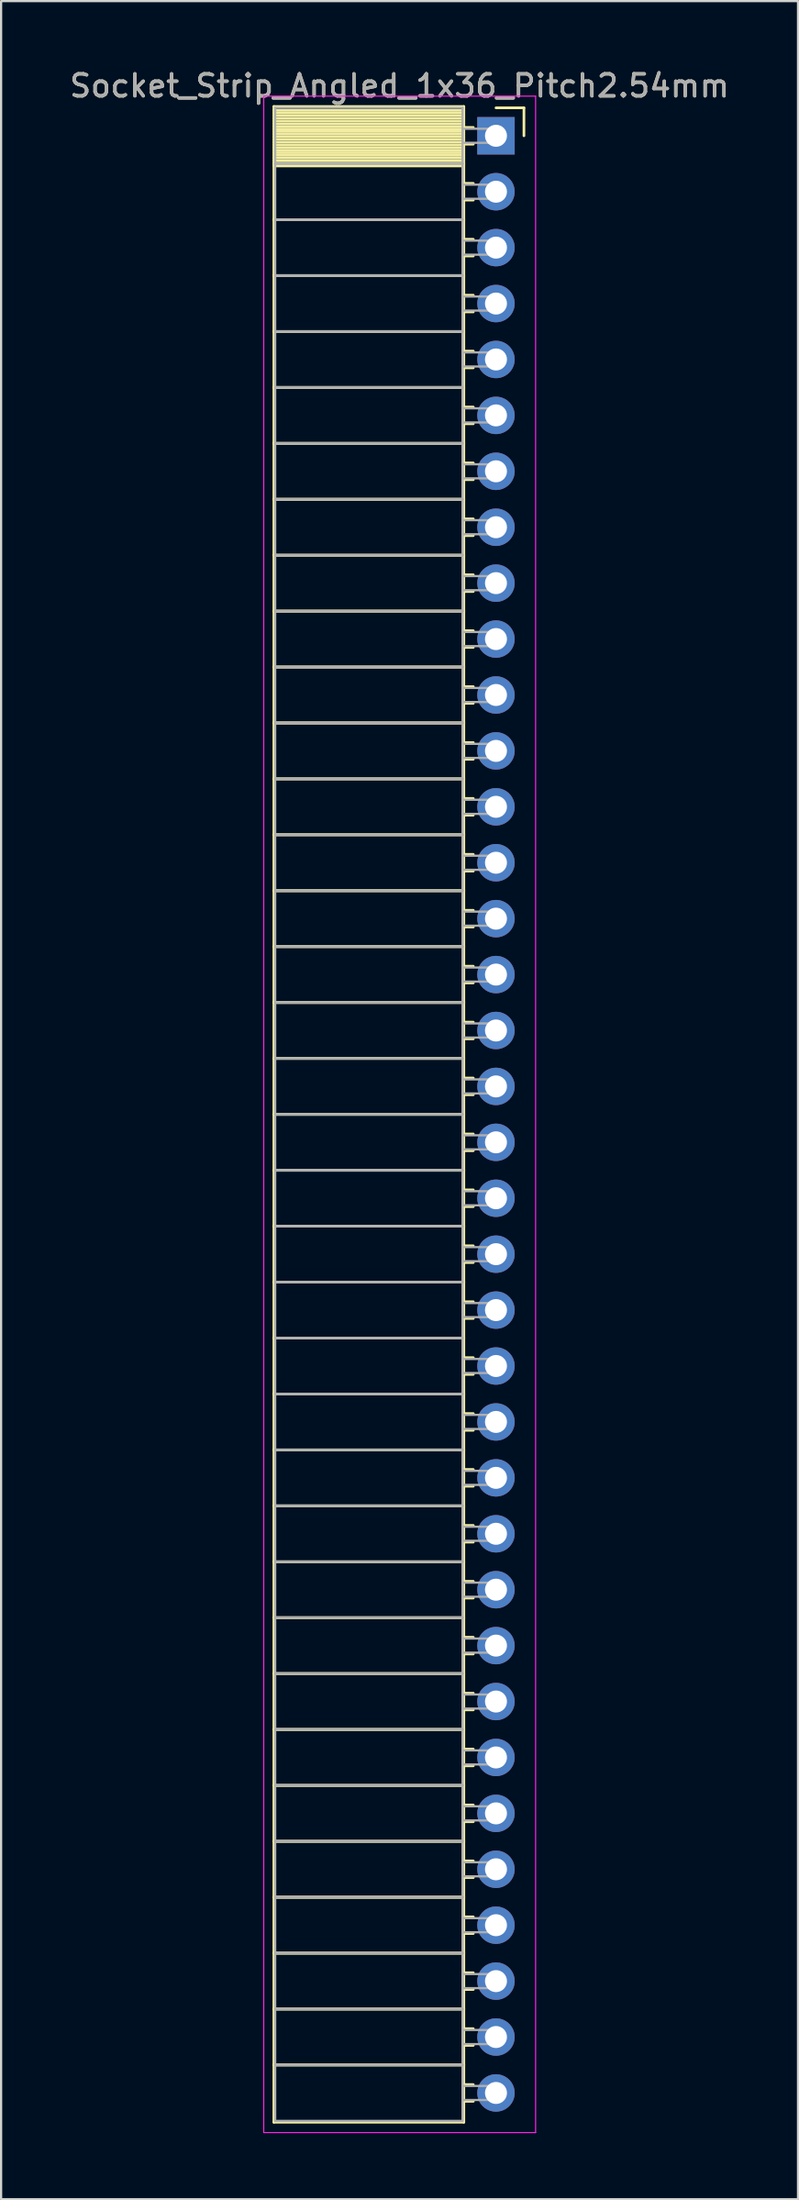
<source format=kicad_pcb>
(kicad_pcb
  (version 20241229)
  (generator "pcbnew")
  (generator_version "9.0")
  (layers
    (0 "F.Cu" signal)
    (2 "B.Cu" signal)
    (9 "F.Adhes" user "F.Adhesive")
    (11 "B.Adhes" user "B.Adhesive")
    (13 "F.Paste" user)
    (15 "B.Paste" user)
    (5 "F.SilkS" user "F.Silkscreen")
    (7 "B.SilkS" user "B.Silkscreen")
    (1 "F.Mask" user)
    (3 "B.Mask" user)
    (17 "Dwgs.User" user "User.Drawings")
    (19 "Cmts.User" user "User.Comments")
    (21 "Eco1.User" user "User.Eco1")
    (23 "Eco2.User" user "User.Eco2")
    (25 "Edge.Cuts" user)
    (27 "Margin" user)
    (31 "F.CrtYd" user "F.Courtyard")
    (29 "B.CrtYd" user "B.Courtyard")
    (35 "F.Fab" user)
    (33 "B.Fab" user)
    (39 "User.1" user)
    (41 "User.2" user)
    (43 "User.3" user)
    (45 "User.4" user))
  (footprint "Socket_Strip_Angled_1x36_Pitch2.54mm"
    (layer "F.Cu")
    (at 19.481 3.118)
    (property "Reference" "Socket_Strip_Angled_1x36_Pitch2.54mm" (at -4.38 -2.27 0) (layer "F.SilkS") (effects (font (size 1 1) (thickness 0.15))))
    (attr through_hole)
    (fp_line (start -10.09 -1.33) (end -1.46 -1.33) (stroke (width 0.12) (type solid)) (layer "F.SilkS"))
    (fp_line (start -10.09 1.27) (end -10.09 -1.33) (stroke (width 0.12) (type solid)) (layer "F.SilkS"))
    (fp_line (start -10.09 1.27) (end -1.46 1.27) (stroke (width 0.12) (type solid)) (layer "F.SilkS"))
    (fp_line (start -10.09 3.81) (end -10.09 1.27) (stroke (width 0.12) (type solid)) (layer "F.SilkS"))
    (fp_line (start -10.09 3.81) (end -1.46 3.81) (stroke (width 0.12) (type solid)) (layer "F.SilkS"))
    (fp_line (start -10.09 6.35) (end -10.09 3.81) (stroke (width 0.12) (type solid)) (layer "F.SilkS"))
    (fp_line (start -10.09 6.35) (end -1.46 6.35) (stroke (width 0.12) (type solid)) (layer "F.SilkS"))
    (fp_line (start -10.09 8.89) (end -10.09 6.35) (stroke (width 0.12) (type solid)) (layer "F.SilkS"))
    (fp_line (start -10.09 8.89) (end -1.46 8.89) (stroke (width 0.12) (type solid)) (layer "F.SilkS"))
    (fp_line (start -10.09 11.43) (end -10.09 8.89) (stroke (width 0.12) (type solid)) (layer "F.SilkS"))
    (fp_line (start -10.09 11.43) (end -1.46 11.43) (stroke (width 0.12) (type solid)) (layer "F.SilkS"))
    (fp_line (start -10.09 13.97) (end -10.09 11.43) (stroke (width 0.12) (type solid)) (layer "F.SilkS"))
    (fp_line (start -10.09 13.97) (end -1.46 13.97) (stroke (width 0.12) (type solid)) (layer "F.SilkS"))
    (fp_line (start -10.09 16.51) (end -10.09 13.97) (stroke (width 0.12) (type solid)) (layer "F.SilkS"))
    (fp_line (start -10.09 16.51) (end -1.46 16.51) (stroke (width 0.12) (type solid)) (layer "F.SilkS"))
    (fp_line (start -10.09 19.05) (end -10.09 16.51) (stroke (width 0.12) (type solid)) (layer "F.SilkS"))
    (fp_line (start -10.09 19.05) (end -1.46 19.05) (stroke (width 0.12) (type solid)) (layer "F.SilkS"))
    (fp_line (start -10.09 21.59) (end -10.09 19.05) (stroke (width 0.12) (type solid)) (layer "F.SilkS"))
    (fp_line (start -10.09 21.59) (end -1.46 21.59) (stroke (width 0.12) (type solid)) (layer "F.SilkS"))
    (fp_line (start -10.09 24.13) (end -10.09 21.59) (stroke (width 0.12) (type solid)) (layer "F.SilkS"))
    (fp_line (start -10.09 24.13) (end -1.46 24.13) (stroke (width 0.12) (type solid)) (layer "F.SilkS"))
    (fp_line (start -10.09 26.67) (end -10.09 24.13) (stroke (width 0.12) (type solid)) (layer "F.SilkS"))
    (fp_line (start -10.09 26.67) (end -1.46 26.67) (stroke (width 0.12) (type solid)) (layer "F.SilkS"))
    (fp_line (start -10.09 29.21) (end -10.09 26.67) (stroke (width 0.12) (type solid)) (layer "F.SilkS"))
    (fp_line (start -10.09 29.21) (end -1.46 29.21) (stroke (width 0.12) (type solid)) (layer "F.SilkS"))
    (fp_line (start -10.09 31.75) (end -10.09 29.21) (stroke (width 0.12) (type solid)) (layer "F.SilkS"))
    (fp_line (start -10.09 31.75) (end -1.46 31.75) (stroke (width 0.12) (type solid)) (layer "F.SilkS"))
    (fp_line (start -10.09 34.29) (end -10.09 31.75) (stroke (width 0.12) (type solid)) (layer "F.SilkS"))
    (fp_line (start -10.09 34.29) (end -1.46 34.29) (stroke (width 0.12) (type solid)) (layer "F.SilkS"))
    (fp_line (start -10.09 36.83) (end -10.09 34.29) (stroke (width 0.12) (type solid)) (layer "F.SilkS"))
    (fp_line (start -10.09 36.83) (end -1.46 36.83) (stroke (width 0.12) (type solid)) (layer "F.SilkS"))
    (fp_line (start -10.09 39.37) (end -10.09 36.83) (stroke (width 0.12) (type solid)) (layer "F.SilkS"))
    (fp_line (start -10.09 39.37) (end -1.46 39.37) (stroke (width 0.12) (type solid)) (layer "F.SilkS"))
    (fp_line (start -10.09 41.91) (end -10.09 39.37) (stroke (width 0.12) (type solid)) (layer "F.SilkS"))
    (fp_line (start -10.09 41.91) (end -1.46 41.91) (stroke (width 0.12) (type solid)) (layer "F.SilkS"))
    (fp_line (start -10.09 44.45) (end -10.09 41.91) (stroke (width 0.12) (type solid)) (layer "F.SilkS"))
    (fp_line (start -10.09 44.45) (end -1.46 44.45) (stroke (width 0.12) (type solid)) (layer "F.SilkS"))
    (fp_line (start -10.09 46.99) (end -10.09 44.45) (stroke (width 0.12) (type solid)) (layer "F.SilkS"))
    (fp_line (start -10.09 46.99) (end -1.46 46.99) (stroke (width 0.12) (type solid)) (layer "F.SilkS"))
    (fp_line (start -10.09 49.53) (end -10.09 46.99) (stroke (width 0.12) (type solid)) (layer "F.SilkS"))
    (fp_line (start -10.09 49.53) (end -1.46 49.53) (stroke (width 0.12) (type solid)) (layer "F.SilkS"))
    (fp_line (start -10.09 52.07) (end -10.09 49.53) (stroke (width 0.12) (type solid)) (layer "F.SilkS"))
    (fp_line (start -10.09 52.07) (end -1.46 52.07) (stroke (width 0.12) (type solid)) (layer "F.SilkS"))
    (fp_line (start -10.09 54.61) (end -10.09 52.07) (stroke (width 0.12) (type solid)) (layer "F.SilkS"))
    (fp_line (start -10.09 54.61) (end -1.46 54.61) (stroke (width 0.12) (type solid)) (layer "F.SilkS"))
    (fp_line (start -10.09 57.15) (end -10.09 54.61) (stroke (width 0.12) (type solid)) (layer "F.SilkS"))
    (fp_line (start -10.09 57.15) (end -1.46 57.15) (stroke (width 0.12) (type solid)) (layer "F.SilkS"))
    (fp_line (start -10.09 59.69) (end -10.09 57.15) (stroke (width 0.12) (type solid)) (layer "F.SilkS"))
    (fp_line (start -10.09 59.69) (end -1.46 59.69) (stroke (width 0.12) (type solid)) (layer "F.SilkS"))
    (fp_line (start -10.09 62.23) (end -10.09 59.69) (stroke (width 0.12) (type solid)) (layer "F.SilkS"))
    (fp_line (start -10.09 62.23) (end -1.46 62.23) (stroke (width 0.12) (type solid)) (layer "F.SilkS"))
    (fp_line (start -10.09 64.77) (end -10.09 62.23) (stroke (width 0.12) (type solid)) (layer "F.SilkS"))
    (fp_line (start -10.09 64.77) (end -1.46 64.77) (stroke (width 0.12) (type solid)) (layer "F.SilkS"))
    (fp_line (start -10.09 67.31) (end -10.09 64.77) (stroke (width 0.12) (type solid)) (layer "F.SilkS"))
    (fp_line (start -10.09 67.31) (end -1.46 67.31) (stroke (width 0.12) (type solid)) (layer "F.SilkS"))
    (fp_line (start -10.09 69.85) (end -10.09 67.31) (stroke (width 0.12) (type solid)) (layer "F.SilkS"))
    (fp_line (start -10.09 69.85) (end -1.46 69.85) (stroke (width 0.12) (type solid)) (layer "F.SilkS"))
    (fp_line (start -10.09 72.39) (end -10.09 69.85) (stroke (width 0.12) (type solid)) (layer "F.SilkS"))
    (fp_line (start -10.09 72.39) (end -1.46 72.39) (stroke (width 0.12) (type solid)) (layer "F.SilkS"))
    (fp_line (start -10.09 74.93) (end -10.09 72.39) (stroke (width 0.12) (type solid)) (layer "F.SilkS"))
    (fp_line (start -10.09 74.93) (end -1.46 74.93) (stroke (width 0.12) (type solid)) (layer "F.SilkS"))
    (fp_line (start -10.09 77.47) (end -10.09 74.93) (stroke (width 0.12) (type solid)) (layer "F.SilkS"))
    (fp_line (start -10.09 77.47) (end -1.46 77.47) (stroke (width 0.12) (type solid)) (layer "F.SilkS"))
    (fp_line (start -10.09 80.01) (end -10.09 77.47) (stroke (width 0.12) (type solid)) (layer "F.SilkS"))
    (fp_line (start -10.09 80.01) (end -1.46 80.01) (stroke (width 0.12) (type solid)) (layer "F.SilkS"))
    (fp_line (start -10.09 82.55) (end -10.09 80.01) (stroke (width 0.12) (type solid)) (layer "F.SilkS"))
    (fp_line (start -10.09 82.55) (end -1.46 82.55) (stroke (width 0.12) (type solid)) (layer "F.SilkS"))
    (fp_line (start -10.09 85.09) (end -10.09 82.55) (stroke (width 0.12) (type solid)) (layer "F.SilkS"))
    (fp_line (start -10.09 85.09) (end -1.46 85.09) (stroke (width 0.12) (type solid)) (layer "F.SilkS"))
    (fp_line (start -10.09 87.63) (end -10.09 85.09) (stroke (width 0.12) (type solid)) (layer "F.SilkS"))
    (fp_line (start -10.09 87.63) (end -1.46 87.63) (stroke (width 0.12) (type solid)) (layer "F.SilkS"))
    (fp_line (start -10.09 90.23) (end -10.09 87.63) (stroke (width 0.12) (type solid)) (layer "F.SilkS"))
    (fp_line (start -1.46 -1.33) (end -1.46 1.27) (stroke (width 0.12) (type solid)) (layer "F.SilkS"))
    (fp_line (start -1.46 -1.15) (end -10.09 -1.15) (stroke (width 0.12) (type solid)) (layer "F.SilkS"))
    (fp_line (start -1.46 -1.03) (end -10.09 -1.03) (stroke (width 0.12) (type solid)) (layer "F.SilkS"))
    (fp_line (start -1.46 -0.91) (end -10.09 -0.91) (stroke (width 0.12) (type solid)) (layer "F.SilkS"))
    (fp_line (start -1.46 -0.79) (end -10.09 -0.79) (stroke (width 0.12) (type solid)) (layer "F.SilkS"))
    (fp_line (start -1.46 -0.67) (end -10.09 -0.67) (stroke (width 0.12) (type solid)) (layer "F.SilkS"))
    (fp_line (start -1.46 -0.55) (end -10.09 -0.55) (stroke (width 0.12) (type solid)) (layer "F.SilkS"))
    (fp_line (start -1.46 -0.43) (end -10.09 -0.43) (stroke (width 0.12) (type solid)) (layer "F.SilkS"))
    (fp_line (start -1.46 -0.31) (end -10.09 -0.31) (stroke (width 0.12) (type solid)) (layer "F.SilkS"))
    (fp_line (start -1.46 -0.19) (end -10.09 -0.19) (stroke (width 0.12) (type solid)) (layer "F.SilkS"))
    (fp_line (start -1.46 -0.07) (end -10.09 -0.07) (stroke (width 0.12) (type solid)) (layer "F.SilkS"))
    (fp_line (start -1.46 0.05) (end -10.09 0.05) (stroke (width 0.12) (type solid)) (layer "F.SilkS"))
    (fp_line (start -1.46 0.17) (end -10.09 0.17) (stroke (width 0.12) (type solid)) (layer "F.SilkS"))
    (fp_line (start -1.46 0.29) (end -10.09 0.29) (stroke (width 0.12) (type solid)) (layer "F.SilkS"))
    (fp_line (start -1.46 0.41) (end -10.09 0.41) (stroke (width 0.12) (type solid)) (layer "F.SilkS"))
    (fp_line (start -1.46 0.53) (end -10.09 0.53) (stroke (width 0.12) (type solid)) (layer "F.SilkS"))
    (fp_line (start -1.46 0.65) (end -10.09 0.65) (stroke (width 0.12) (type solid)) (layer "F.SilkS"))
    (fp_line (start -1.46 0.77) (end -10.09 0.77) (stroke (width 0.12) (type solid)) (layer "F.SilkS"))
    (fp_line (start -1.46 0.89) (end -10.09 0.89) (stroke (width 0.12) (type solid)) (layer "F.SilkS"))
    (fp_line (start -1.46 1.01) (end -10.09 1.01) (stroke (width 0.12) (type solid)) (layer "F.SilkS"))
    (fp_line (start -1.46 1.13) (end -10.09 1.13) (stroke (width 0.12) (type solid)) (layer "F.SilkS"))
    (fp_line (start -1.46 1.25) (end -10.09 1.25) (stroke (width 0.12) (type solid)) (layer "F.SilkS"))
    (fp_line (start -1.46 1.27) (end -10.09 1.27) (stroke (width 0.12) (type solid)) (layer "F.SilkS"))
    (fp_line (start -1.46 1.27) (end -1.46 3.81) (stroke (width 0.12) (type solid)) (layer "F.SilkS"))
    (fp_line (start -1.46 1.37) (end -10.09 1.37) (stroke (width 0.12) (type solid)) (layer "F.SilkS"))
    (fp_line (start -1.46 3.81) (end -10.09 3.81) (stroke (width 0.12) (type solid)) (layer "F.SilkS"))
    (fp_line (start -1.46 3.81) (end -1.46 6.35) (stroke (width 0.12) (type solid)) (layer "F.SilkS"))
    (fp_line (start -1.46 6.35) (end -10.09 6.35) (stroke (width 0.12) (type solid)) (layer "F.SilkS"))
    (fp_line (start -1.46 6.35) (end -1.46 8.89) (stroke (width 0.12) (type solid)) (layer "F.SilkS"))
    (fp_line (start -1.46 8.89) (end -10.09 8.89) (stroke (width 0.12) (type solid)) (layer "F.SilkS"))
    (fp_line (start -1.46 8.89) (end -1.46 11.43) (stroke (width 0.12) (type solid)) (layer "F.SilkS"))
    (fp_line (start -1.46 11.43) (end -10.09 11.43) (stroke (width 0.12) (type solid)) (layer "F.SilkS"))
    (fp_line (start -1.46 11.43) (end -1.46 13.97) (stroke (width 0.12) (type solid)) (layer "F.SilkS"))
    (fp_line (start -1.46 13.97) (end -10.09 13.97) (stroke (width 0.12) (type solid)) (layer "F.SilkS"))
    (fp_line (start -1.46 13.97) (end -1.46 16.51) (stroke (width 0.12) (type solid)) (layer "F.SilkS"))
    (fp_line (start -1.46 16.51) (end -10.09 16.51) (stroke (width 0.12) (type solid)) (layer "F.SilkS"))
    (fp_line (start -1.46 16.51) (end -1.46 19.05) (stroke (width 0.12) (type solid)) (layer "F.SilkS"))
    (fp_line (start -1.46 19.05) (end -10.09 19.05) (stroke (width 0.12) (type solid)) (layer "F.SilkS"))
    (fp_line (start -1.46 19.05) (end -1.46 21.59) (stroke (width 0.12) (type solid)) (layer "F.SilkS"))
    (fp_line (start -1.46 21.59) (end -10.09 21.59) (stroke (width 0.12) (type solid)) (layer "F.SilkS"))
    (fp_line (start -1.46 21.59) (end -1.46 24.13) (stroke (width 0.12) (type solid)) (layer "F.SilkS"))
    (fp_line (start -1.46 24.13) (end -10.09 24.13) (stroke (width 0.12) (type solid)) (layer "F.SilkS"))
    (fp_line (start -1.46 24.13) (end -1.46 26.67) (stroke (width 0.12) (type solid)) (layer "F.SilkS"))
    (fp_line (start -1.46 26.67) (end -10.09 26.67) (stroke (width 0.12) (type solid)) (layer "F.SilkS"))
    (fp_line (start -1.46 26.67) (end -1.46 29.21) (stroke (width 0.12) (type solid)) (layer "F.SilkS"))
    (fp_line (start -1.46 29.21) (end -10.09 29.21) (stroke (width 0.12) (type solid)) (layer "F.SilkS"))
    (fp_line (start -1.46 29.21) (end -1.46 31.75) (stroke (width 0.12) (type solid)) (layer "F.SilkS"))
    (fp_line (start -1.46 31.75) (end -10.09 31.75) (stroke (width 0.12) (type solid)) (layer "F.SilkS"))
    (fp_line (start -1.46 31.75) (end -1.46 34.29) (stroke (width 0.12) (type solid)) (layer "F.SilkS"))
    (fp_line (start -1.46 34.29) (end -10.09 34.29) (stroke (width 0.12) (type solid)) (layer "F.SilkS"))
    (fp_line (start -1.46 34.29) (end -1.46 36.83) (stroke (width 0.12) (type solid)) (layer "F.SilkS"))
    (fp_line (start -1.46 36.83) (end -10.09 36.83) (stroke (width 0.12) (type solid)) (layer "F.SilkS"))
    (fp_line (start -1.46 36.83) (end -1.46 39.37) (stroke (width 0.12) (type solid)) (layer "F.SilkS"))
    (fp_line (start -1.46 39.37) (end -10.09 39.37) (stroke (width 0.12) (type solid)) (layer "F.SilkS"))
    (fp_line (start -1.46 39.37) (end -1.46 41.91) (stroke (width 0.12) (type solid)) (layer "F.SilkS"))
    (fp_line (start -1.46 41.91) (end -10.09 41.91) (stroke (width 0.12) (type solid)) (layer "F.SilkS"))
    (fp_line (start -1.46 41.91) (end -1.46 44.45) (stroke (width 0.12) (type solid)) (layer "F.SilkS"))
    (fp_line (start -1.46 44.45) (end -10.09 44.45) (stroke (width 0.12) (type solid)) (layer "F.SilkS"))
    (fp_line (start -1.46 44.45) (end -1.46 46.99) (stroke (width 0.12) (type solid)) (layer "F.SilkS"))
    (fp_line (start -1.46 46.99) (end -10.09 46.99) (stroke (width 0.12) (type solid)) (layer "F.SilkS"))
    (fp_line (start -1.46 46.99) (end -1.46 49.53) (stroke (width 0.12) (type solid)) (layer "F.SilkS"))
    (fp_line (start -1.46 49.53) (end -10.09 49.53) (stroke (width 0.12) (type solid)) (layer "F.SilkS"))
    (fp_line (start -1.46 49.53) (end -1.46 52.07) (stroke (width 0.12) (type solid)) (layer "F.SilkS"))
    (fp_line (start -1.46 52.07) (end -10.09 52.07) (stroke (width 0.12) (type solid)) (layer "F.SilkS"))
    (fp_line (start -1.46 52.07) (end -1.46 54.61) (stroke (width 0.12) (type solid)) (layer "F.SilkS"))
    (fp_line (start -1.46 54.61) (end -10.09 54.61) (stroke (width 0.12) (type solid)) (layer "F.SilkS"))
    (fp_line (start -1.46 54.61) (end -1.46 57.15) (stroke (width 0.12) (type solid)) (layer "F.SilkS"))
    (fp_line (start -1.46 57.15) (end -10.09 57.15) (stroke (width 0.12) (type solid)) (layer "F.SilkS"))
    (fp_line (start -1.46 57.15) (end -1.46 59.69) (stroke (width 0.12) (type solid)) (layer "F.SilkS"))
    (fp_line (start -1.46 59.69) (end -10.09 59.69) (stroke (width 0.12) (type solid)) (layer "F.SilkS"))
    (fp_line (start -1.46 59.69) (end -1.46 62.23) (stroke (width 0.12) (type solid)) (layer "F.SilkS"))
    (fp_line (start -1.46 62.23) (end -10.09 62.23) (stroke (width 0.12) (type solid)) (layer "F.SilkS"))
    (fp_line (start -1.46 62.23) (end -1.46 64.77) (stroke (width 0.12) (type solid)) (layer "F.SilkS"))
    (fp_line (start -1.46 64.77) (end -10.09 64.77) (stroke (width 0.12) (type solid)) (layer "F.SilkS"))
    (fp_line (start -1.46 64.77) (end -1.46 67.31) (stroke (width 0.12) (type solid)) (layer "F.SilkS"))
    (fp_line (start -1.46 67.31) (end -10.09 67.31) (stroke (width 0.12) (type solid)) (layer "F.SilkS"))
    (fp_line (start -1.46 67.31) (end -1.46 69.85) (stroke (width 0.12) (type solid)) (layer "F.SilkS"))
    (fp_line (start -1.46 69.85) (end -10.09 69.85) (stroke (width 0.12) (type solid)) (layer "F.SilkS"))
    (fp_line (start -1.46 69.85) (end -1.46 72.39) (stroke (width 0.12) (type solid)) (layer "F.SilkS"))
    (fp_line (start -1.46 72.39) (end -10.09 72.39) (stroke (width 0.12) (type solid)) (layer "F.SilkS"))
    (fp_line (start -1.46 72.39) (end -1.46 74.93) (stroke (width 0.12) (type solid)) (layer "F.SilkS"))
    (fp_line (start -1.46 74.93) (end -10.09 74.93) (stroke (width 0.12) (type solid)) (layer "F.SilkS"))
    (fp_line (start -1.46 74.93) (end -1.46 77.47) (stroke (width 0.12) (type solid)) (layer "F.SilkS"))
    (fp_line (start -1.46 77.47) (end -10.09 77.47) (stroke (width 0.12) (type solid)) (layer "F.SilkS"))
    (fp_line (start -1.46 77.47) (end -1.46 80.01) (stroke (width 0.12) (type solid)) (layer "F.SilkS"))
    (fp_line (start -1.46 80.01) (end -10.09 80.01) (stroke (width 0.12) (type solid)) (layer "F.SilkS"))
    (fp_line (start -1.46 80.01) (end -1.46 82.55) (stroke (width 0.12) (type solid)) (layer "F.SilkS"))
    (fp_line (start -1.46 82.55) (end -10.09 82.55) (stroke (width 0.12) (type solid)) (layer "F.SilkS"))
    (fp_line (start -1.46 82.55) (end -1.46 85.09) (stroke (width 0.12) (type solid)) (layer "F.SilkS"))
    (fp_line (start -1.46 85.09) (end -10.09 85.09) (stroke (width 0.12) (type solid)) (layer "F.SilkS"))
    (fp_line (start -1.46 85.09) (end -1.46 87.63) (stroke (width 0.12) (type solid)) (layer "F.SilkS"))
    (fp_line (start -1.46 87.63) (end -10.09 87.63) (stroke (width 0.12) (type solid)) (layer "F.SilkS"))
    (fp_line (start -1.46 87.63) (end -1.46 90.23) (stroke (width 0.12) (type solid)) (layer "F.SilkS"))
    (fp_line (start -1.46 90.23) (end -10.09 90.23) (stroke (width 0.12) (type solid)) (layer "F.SilkS"))
    (fp_line (start -1.03 -0.38) (end -1.46 -0.38) (stroke (width 0.12) (type solid)) (layer "F.SilkS"))
    (fp_line (start -1.03 0.38) (end -1.46 0.38) (stroke (width 0.12) (type solid)) (layer "F.SilkS"))
    (fp_line (start -1.03 2.16) (end -1.46 2.16) (stroke (width 0.12) (type solid)) (layer "F.SilkS"))
    (fp_line (start -1.03 2.92) (end -1.46 2.92) (stroke (width 0.12) (type solid)) (layer "F.SilkS"))
    (fp_line (start -1.03 4.7) (end -1.46 4.7) (stroke (width 0.12) (type solid)) (layer "F.SilkS"))
    (fp_line (start -1.03 5.46) (end -1.46 5.46) (stroke (width 0.12) (type solid)) (layer "F.SilkS"))
    (fp_line (start -1.03 7.24) (end -1.46 7.24) (stroke (width 0.12) (type solid)) (layer "F.SilkS"))
    (fp_line (start -1.03 8) (end -1.46 8) (stroke (width 0.12) (type solid)) (layer "F.SilkS"))
    (fp_line (start -1.03 9.78) (end -1.46 9.78) (stroke (width 0.12) (type solid)) (layer "F.SilkS"))
    (fp_line (start -1.03 10.54) (end -1.46 10.54) (stroke (width 0.12) (type solid)) (layer "F.SilkS"))
    (fp_line (start -1.03 12.32) (end -1.46 12.32) (stroke (width 0.12) (type solid)) (layer "F.SilkS"))
    (fp_line (start -1.03 13.08) (end -1.46 13.08) (stroke (width 0.12) (type solid)) (layer "F.SilkS"))
    (fp_line (start -1.03 14.86) (end -1.46 14.86) (stroke (width 0.12) (type solid)) (layer "F.SilkS"))
    (fp_line (start -1.03 15.62) (end -1.46 15.62) (stroke (width 0.12) (type solid)) (layer "F.SilkS"))
    (fp_line (start -1.03 17.4) (end -1.46 17.4) (stroke (width 0.12) (type solid)) (layer "F.SilkS"))
    (fp_line (start -1.03 18.16) (end -1.46 18.16) (stroke (width 0.12) (type solid)) (layer "F.SilkS"))
    (fp_line (start -1.03 19.94) (end -1.46 19.94) (stroke (width 0.12) (type solid)) (layer "F.SilkS"))
    (fp_line (start -1.03 20.7) (end -1.46 20.7) (stroke (width 0.12) (type solid)) (layer "F.SilkS"))
    (fp_line (start -1.03 22.48) (end -1.46 22.48) (stroke (width 0.12) (type solid)) (layer "F.SilkS"))
    (fp_line (start -1.03 23.24) (end -1.46 23.24) (stroke (width 0.12) (type solid)) (layer "F.SilkS"))
    (fp_line (start -1.03 25.02) (end -1.46 25.02) (stroke (width 0.12) (type solid)) (layer "F.SilkS"))
    (fp_line (start -1.03 25.78) (end -1.46 25.78) (stroke (width 0.12) (type solid)) (layer "F.SilkS"))
    (fp_line (start -1.03 27.56) (end -1.46 27.56) (stroke (width 0.12) (type solid)) (layer "F.SilkS"))
    (fp_line (start -1.03 28.32) (end -1.46 28.32) (stroke (width 0.12) (type solid)) (layer "F.SilkS"))
    (fp_line (start -1.03 30.1) (end -1.46 30.1) (stroke (width 0.12) (type solid)) (layer "F.SilkS"))
    (fp_line (start -1.03 30.86) (end -1.46 30.86) (stroke (width 0.12) (type solid)) (layer "F.SilkS"))
    (fp_line (start -1.03 32.64) (end -1.46 32.64) (stroke (width 0.12) (type solid)) (layer "F.SilkS"))
    (fp_line (start -1.03 33.4) (end -1.46 33.4) (stroke (width 0.12) (type solid)) (layer "F.SilkS"))
    (fp_line (start -1.03 35.18) (end -1.46 35.18) (stroke (width 0.12) (type solid)) (layer "F.SilkS"))
    (fp_line (start -1.03 35.94) (end -1.46 35.94) (stroke (width 0.12) (type solid)) (layer "F.SilkS"))
    (fp_line (start -1.03 37.72) (end -1.46 37.72) (stroke (width 0.12) (type solid)) (layer "F.SilkS"))
    (fp_line (start -1.03 38.48) (end -1.46 38.48) (stroke (width 0.12) (type solid)) (layer "F.SilkS"))
    (fp_line (start -1.03 40.26) (end -1.46 40.26) (stroke (width 0.12) (type solid)) (layer "F.SilkS"))
    (fp_line (start -1.03 41.02) (end -1.46 41.02) (stroke (width 0.12) (type solid)) (layer "F.SilkS"))
    (fp_line (start -1.03 42.8) (end -1.46 42.8) (stroke (width 0.12) (type solid)) (layer "F.SilkS"))
    (fp_line (start -1.03 43.56) (end -1.46 43.56) (stroke (width 0.12) (type solid)) (layer "F.SilkS"))
    (fp_line (start -1.03 45.34) (end -1.46 45.34) (stroke (width 0.12) (type solid)) (layer "F.SilkS"))
    (fp_line (start -1.03 46.1) (end -1.46 46.1) (stroke (width 0.12) (type solid)) (layer "F.SilkS"))
    (fp_line (start -1.03 47.88) (end -1.46 47.88) (stroke (width 0.12) (type solid)) (layer "F.SilkS"))
    (fp_line (start -1.03 48.64) (end -1.46 48.64) (stroke (width 0.12) (type solid)) (layer "F.SilkS"))
    (fp_line (start -1.03 50.42) (end -1.46 50.42) (stroke (width 0.12) (type solid)) (layer "F.SilkS"))
    (fp_line (start -1.03 51.18) (end -1.46 51.18) (stroke (width 0.12) (type solid)) (layer "F.SilkS"))
    (fp_line (start -1.03 52.96) (end -1.46 52.96) (stroke (width 0.12) (type solid)) (layer "F.SilkS"))
    (fp_line (start -1.03 53.72) (end -1.46 53.72) (stroke (width 0.12) (type solid)) (layer "F.SilkS"))
    (fp_line (start -1.03 55.5) (end -1.46 55.5) (stroke (width 0.12) (type solid)) (layer "F.SilkS"))
    (fp_line (start -1.03 56.26) (end -1.46 56.26) (stroke (width 0.12) (type solid)) (layer "F.SilkS"))
    (fp_line (start -1.03 58.04) (end -1.46 58.04) (stroke (width 0.12) (type solid)) (layer "F.SilkS"))
    (fp_line (start -1.03 58.8) (end -1.46 58.8) (stroke (width 0.12) (type solid)) (layer "F.SilkS"))
    (fp_line (start -1.03 60.58) (end -1.46 60.58) (stroke (width 0.12) (type solid)) (layer "F.SilkS"))
    (fp_line (start -1.03 61.34) (end -1.46 61.34) (stroke (width 0.12) (type solid)) (layer "F.SilkS"))
    (fp_line (start -1.03 63.12) (end -1.46 63.12) (stroke (width 0.12) (type solid)) (layer "F.SilkS"))
    (fp_line (start -1.03 63.88) (end -1.46 63.88) (stroke (width 0.12) (type solid)) (layer "F.SilkS"))
    (fp_line (start -1.03 65.66) (end -1.46 65.66) (stroke (width 0.12) (type solid)) (layer "F.SilkS"))
    (fp_line (start -1.03 66.42) (end -1.46 66.42) (stroke (width 0.12) (type solid)) (layer "F.SilkS"))
    (fp_line (start -1.03 68.2) (end -1.46 68.2) (stroke (width 0.12) (type solid)) (layer "F.SilkS"))
    (fp_line (start -1.03 68.96) (end -1.46 68.96) (stroke (width 0.12) (type solid)) (layer "F.SilkS"))
    (fp_line (start -1.03 70.74) (end -1.46 70.74) (stroke (width 0.12) (type solid)) (layer "F.SilkS"))
    (fp_line (start -1.03 71.5) (end -1.46 71.5) (stroke (width 0.12) (type solid)) (layer "F.SilkS"))
    (fp_line (start -1.03 73.28) (end -1.46 73.28) (stroke (width 0.12) (type solid)) (layer "F.SilkS"))
    (fp_line (start -1.03 74.04) (end -1.46 74.04) (stroke (width 0.12) (type solid)) (layer "F.SilkS"))
    (fp_line (start -1.03 75.82) (end -1.46 75.82) (stroke (width 0.12) (type solid)) (layer "F.SilkS"))
    (fp_line (start -1.03 76.58) (end -1.46 76.58) (stroke (width 0.12) (type solid)) (layer "F.SilkS"))
    (fp_line (start -1.03 78.36) (end -1.46 78.36) (stroke (width 0.12) (type solid)) (layer "F.SilkS"))
    (fp_line (start -1.03 79.12) (end -1.46 79.12) (stroke (width 0.12) (type solid)) (layer "F.SilkS"))
    (fp_line (start -1.03 80.9) (end -1.46 80.9) (stroke (width 0.12) (type solid)) (layer "F.SilkS"))
    (fp_line (start -1.03 81.66) (end -1.46 81.66) (stroke (width 0.12) (type solid)) (layer "F.SilkS"))
    (fp_line (start -1.03 83.44) (end -1.46 83.44) (stroke (width 0.12) (type solid)) (layer "F.SilkS"))
    (fp_line (start -1.03 84.2) (end -1.46 84.2) (stroke (width 0.12) (type solid)) (layer "F.SilkS"))
    (fp_line (start -1.03 85.98) (end -1.46 85.98) (stroke (width 0.12) (type solid)) (layer "F.SilkS"))
    (fp_line (start -1.03 86.74) (end -1.46 86.74) (stroke (width 0.12) (type solid)) (layer "F.SilkS"))
    (fp_line (start -1.03 88.52) (end -1.46 88.52) (stroke (width 0.12) (type solid)) (layer "F.SilkS"))
    (fp_line (start -1.03 89.28) (end -1.46 89.28) (stroke (width 0.12) (type solid)) (layer "F.SilkS"))
    (fp_line (start 0 -1.27) (end 1.27 -1.27) (stroke (width 0.12) (type solid)) (layer "F.SilkS"))
    (fp_line (start 1.27 -1.27) (end 1.27 0) (stroke (width 0.12) (type solid)) (layer "F.SilkS"))
    (fp_line (start -10.55 -1.8) (end 1.8 -1.8) (stroke (width 0.05) (type solid)) (layer "F.CrtYd"))
    (fp_line (start -10.55 90.7) (end -10.55 -1.8) (stroke (width 0.05) (type solid)) (layer "F.CrtYd"))
    (fp_line (start 1.8 -1.8) (end 1.8 90.7) (stroke (width 0.05) (type solid)) (layer "F.CrtYd"))
    (fp_line (start 1.8 90.7) (end -10.55 90.7) (stroke (width 0.05) (type solid)) (layer "F.CrtYd"))
    (fp_line (start -10.03 -1.27) (end -1.52 -1.27) (stroke (width 0.1) (type solid)) (layer "F.Fab"))
    (fp_line (start -10.03 1.27) (end -10.03 -1.27) (stroke (width 0.1) (type solid)) (layer "F.Fab"))
    (fp_line (start -10.03 1.27) (end -1.52 1.27) (stroke (width 0.1) (type solid)) (layer "F.Fab"))
    (fp_line (start -10.03 3.81) (end -10.03 1.27) (stroke (width 0.1) (type solid)) (layer "F.Fab"))
    (fp_line (start -10.03 3.81) (end -1.52 3.81) (stroke (width 0.1) (type solid)) (layer "F.Fab"))
    (fp_line (start -10.03 6.35) (end -10.03 3.81) (stroke (width 0.1) (type solid)) (layer "F.Fab"))
    (fp_line (start -10.03 6.35) (end -1.52 6.35) (stroke (width 0.1) (type solid)) (layer "F.Fab"))
    (fp_line (start -10.03 8.89) (end -10.03 6.35) (stroke (width 0.1) (type solid)) (layer "F.Fab"))
    (fp_line (start -10.03 8.89) (end -1.52 8.89) (stroke (width 0.1) (type solid)) (layer "F.Fab"))
    (fp_line (start -10.03 11.43) (end -10.03 8.89) (stroke (width 0.1) (type solid)) (layer "F.Fab"))
    (fp_line (start -10.03 11.43) (end -1.52 11.43) (stroke (width 0.1) (type solid)) (layer "F.Fab"))
    (fp_line (start -10.03 13.97) (end -10.03 11.43) (stroke (width 0.1) (type solid)) (layer "F.Fab"))
    (fp_line (start -10.03 13.97) (end -1.52 13.97) (stroke (width 0.1) (type solid)) (layer "F.Fab"))
    (fp_line (start -10.03 16.51) (end -10.03 13.97) (stroke (width 0.1) (type solid)) (layer "F.Fab"))
    (fp_line (start -10.03 16.51) (end -1.52 16.51) (stroke (width 0.1) (type solid)) (layer "F.Fab"))
    (fp_line (start -10.03 19.05) (end -10.03 16.51) (stroke (width 0.1) (type solid)) (layer "F.Fab"))
    (fp_line (start -10.03 19.05) (end -1.52 19.05) (stroke (width 0.1) (type solid)) (layer "F.Fab"))
    (fp_line (start -10.03 21.59) (end -10.03 19.05) (stroke (width 0.1) (type solid)) (layer "F.Fab"))
    (fp_line (start -10.03 21.59) (end -1.52 21.59) (stroke (width 0.1) (type solid)) (layer "F.Fab"))
    (fp_line (start -10.03 24.13) (end -10.03 21.59) (stroke (width 0.1) (type solid)) (layer "F.Fab"))
    (fp_line (start -10.03 24.13) (end -1.52 24.13) (stroke (width 0.1) (type solid)) (layer "F.Fab"))
    (fp_line (start -10.03 26.67) (end -10.03 24.13) (stroke (width 0.1) (type solid)) (layer "F.Fab"))
    (fp_line (start -10.03 26.67) (end -1.52 26.67) (stroke (width 0.1) (type solid)) (layer "F.Fab"))
    (fp_line (start -10.03 29.21) (end -10.03 26.67) (stroke (width 0.1) (type solid)) (layer "F.Fab"))
    (fp_line (start -10.03 29.21) (end -1.52 29.21) (stroke (width 0.1) (type solid)) (layer "F.Fab"))
    (fp_line (start -10.03 31.75) (end -10.03 29.21) (stroke (width 0.1) (type solid)) (layer "F.Fab"))
    (fp_line (start -10.03 31.75) (end -1.52 31.75) (stroke (width 0.1) (type solid)) (layer "F.Fab"))
    (fp_line (start -10.03 34.29) (end -10.03 31.75) (stroke (width 0.1) (type solid)) (layer "F.Fab"))
    (fp_line (start -10.03 34.29) (end -1.52 34.29) (stroke (width 0.1) (type solid)) (layer "F.Fab"))
    (fp_line (start -10.03 36.83) (end -10.03 34.29) (stroke (width 0.1) (type solid)) (layer "F.Fab"))
    (fp_line (start -10.03 36.83) (end -1.52 36.83) (stroke (width 0.1) (type solid)) (layer "F.Fab"))
    (fp_line (start -10.03 39.37) (end -10.03 36.83) (stroke (width 0.1) (type solid)) (layer "F.Fab"))
    (fp_line (start -10.03 39.37) (end -1.52 39.37) (stroke (width 0.1) (type solid)) (layer "F.Fab"))
    (fp_line (start -10.03 41.91) (end -10.03 39.37) (stroke (width 0.1) (type solid)) (layer "F.Fab"))
    (fp_line (start -10.03 41.91) (end -1.52 41.91) (stroke (width 0.1) (type solid)) (layer "F.Fab"))
    (fp_line (start -10.03 44.45) (end -10.03 41.91) (stroke (width 0.1) (type solid)) (layer "F.Fab"))
    (fp_line (start -10.03 44.45) (end -1.52 44.45) (stroke (width 0.1) (type solid)) (layer "F.Fab"))
    (fp_line (start -10.03 46.99) (end -10.03 44.45) (stroke (width 0.1) (type solid)) (layer "F.Fab"))
    (fp_line (start -10.03 46.99) (end -1.52 46.99) (stroke (width 0.1) (type solid)) (layer "F.Fab"))
    (fp_line (start -10.03 49.53) (end -10.03 46.99) (stroke (width 0.1) (type solid)) (layer "F.Fab"))
    (fp_line (start -10.03 49.53) (end -1.52 49.53) (stroke (width 0.1) (type solid)) (layer "F.Fab"))
    (fp_line (start -10.03 52.07) (end -10.03 49.53) (stroke (width 0.1) (type solid)) (layer "F.Fab"))
    (fp_line (start -10.03 52.07) (end -1.52 52.07) (stroke (width 0.1) (type solid)) (layer "F.Fab"))
    (fp_line (start -10.03 54.61) (end -10.03 52.07) (stroke (width 0.1) (type solid)) (layer "F.Fab"))
    (fp_line (start -10.03 54.61) (end -1.52 54.61) (stroke (width 0.1) (type solid)) (layer "F.Fab"))
    (fp_line (start -10.03 57.15) (end -10.03 54.61) (stroke (width 0.1) (type solid)) (layer "F.Fab"))
    (fp_line (start -10.03 57.15) (end -1.52 57.15) (stroke (width 0.1) (type solid)) (layer "F.Fab"))
    (fp_line (start -10.03 59.69) (end -10.03 57.15) (stroke (width 0.1) (type solid)) (layer "F.Fab"))
    (fp_line (start -10.03 59.69) (end -1.52 59.69) (stroke (width 0.1) (type solid)) (layer "F.Fab"))
    (fp_line (start -10.03 62.23) (end -10.03 59.69) (stroke (width 0.1) (type solid)) (layer "F.Fab"))
    (fp_line (start -10.03 62.23) (end -1.52 62.23) (stroke (width 0.1) (type solid)) (layer "F.Fab"))
    (fp_line (start -10.03 64.77) (end -10.03 62.23) (stroke (width 0.1) (type solid)) (layer "F.Fab"))
    (fp_line (start -10.03 64.77) (end -1.52 64.77) (stroke (width 0.1) (type solid)) (layer "F.Fab"))
    (fp_line (start -10.03 67.31) (end -10.03 64.77) (stroke (width 0.1) (type solid)) (layer "F.Fab"))
    (fp_line (start -10.03 67.31) (end -1.52 67.31) (stroke (width 0.1) (type solid)) (layer "F.Fab"))
    (fp_line (start -10.03 69.85) (end -10.03 67.31) (stroke (width 0.1) (type solid)) (layer "F.Fab"))
    (fp_line (start -10.03 69.85) (end -1.52 69.85) (stroke (width 0.1) (type solid)) (layer "F.Fab"))
    (fp_line (start -10.03 72.39) (end -10.03 69.85) (stroke (width 0.1) (type solid)) (layer "F.Fab"))
    (fp_line (start -10.03 72.39) (end -1.52 72.39) (stroke (width 0.1) (type solid)) (layer "F.Fab"))
    (fp_line (start -10.03 74.93) (end -10.03 72.39) (stroke (width 0.1) (type solid)) (layer "F.Fab"))
    (fp_line (start -10.03 74.93) (end -1.52 74.93) (stroke (width 0.1) (type solid)) (layer "F.Fab"))
    (fp_line (start -10.03 77.47) (end -10.03 74.93) (stroke (width 0.1) (type solid)) (layer "F.Fab"))
    (fp_line (start -10.03 77.47) (end -1.52 77.47) (stroke (width 0.1) (type solid)) (layer "F.Fab"))
    (fp_line (start -10.03 80.01) (end -10.03 77.47) (stroke (width 0.1) (type solid)) (layer "F.Fab"))
    (fp_line (start -10.03 80.01) (end -1.52 80.01) (stroke (width 0.1) (type solid)) (layer "F.Fab"))
    (fp_line (start -10.03 82.55) (end -10.03 80.01) (stroke (width 0.1) (type solid)) (layer "F.Fab"))
    (fp_line (start -10.03 82.55) (end -1.52 82.55) (stroke (width 0.1) (type solid)) (layer "F.Fab"))
    (fp_line (start -10.03 85.09) (end -10.03 82.55) (stroke (width 0.1) (type solid)) (layer "F.Fab"))
    (fp_line (start -10.03 85.09) (end -1.52 85.09) (stroke (width 0.1) (type solid)) (layer "F.Fab"))
    (fp_line (start -10.03 87.63) (end -10.03 85.09) (stroke (width 0.1) (type solid)) (layer "F.Fab"))
    (fp_line (start -10.03 87.63) (end -1.52 87.63) (stroke (width 0.1) (type solid)) (layer "F.Fab"))
    (fp_line (start -10.03 90.17) (end -10.03 87.63) (stroke (width 0.1) (type solid)) (layer "F.Fab"))
    (fp_line (start -1.52 -1.27) (end -1.52 1.27) (stroke (width 0.1) (type solid)) (layer "F.Fab"))
    (fp_line (start -1.52 -0.32) (end 0 -0.32) (stroke (width 0.1) (type solid)) (layer "F.Fab"))
    (fp_line (start -1.52 0.32) (end -1.52 -0.32) (stroke (width 0.1) (type solid)) (layer "F.Fab"))
    (fp_line (start -1.52 1.27) (end -10.03 1.27) (stroke (width 0.1) (type solid)) (layer "F.Fab"))
    (fp_line (start -1.52 1.27) (end -1.52 3.81) (stroke (width 0.1) (type solid)) (layer "F.Fab"))
    (fp_line (start -1.52 2.22) (end 0 2.22) (stroke (width 0.1) (type solid)) (layer "F.Fab"))
    (fp_line (start -1.52 2.86) (end -1.52 2.22) (stroke (width 0.1) (type solid)) (layer "F.Fab"))
    (fp_line (start -1.52 3.81) (end -10.03 3.81) (stroke (width 0.1) (type solid)) (layer "F.Fab"))
    (fp_line (start -1.52 3.81) (end -1.52 6.35) (stroke (width 0.1) (type solid)) (layer "F.Fab"))
    (fp_line (start -1.52 4.76) (end 0 4.76) (stroke (width 0.1) (type solid)) (layer "F.Fab"))
    (fp_line (start -1.52 5.4) (end -1.52 4.76) (stroke (width 0.1) (type solid)) (layer "F.Fab"))
    (fp_line (start -1.52 6.35) (end -10.03 6.35) (stroke (width 0.1) (type solid)) (layer "F.Fab"))
    (fp_line (start -1.52 6.35) (end -1.52 8.89) (stroke (width 0.1) (type solid)) (layer "F.Fab"))
    (fp_line (start -1.52 7.3) (end 0 7.3) (stroke (width 0.1) (type solid)) (layer "F.Fab"))
    (fp_line (start -1.52 7.94) (end -1.52 7.3) (stroke (width 0.1) (type solid)) (layer "F.Fab"))
    (fp_line (start -1.52 8.89) (end -10.03 8.89) (stroke (width 0.1) (type solid)) (layer "F.Fab"))
    (fp_line (start -1.52 8.89) (end -1.52 11.43) (stroke (width 0.1) (type solid)) (layer "F.Fab"))
    (fp_line (start -1.52 9.84) (end 0 9.84) (stroke (width 0.1) (type solid)) (layer "F.Fab"))
    (fp_line (start -1.52 10.48) (end -1.52 9.84) (stroke (width 0.1) (type solid)) (layer "F.Fab"))
    (fp_line (start -1.52 11.43) (end -10.03 11.43) (stroke (width 0.1) (type solid)) (layer "F.Fab"))
    (fp_line (start -1.52 11.43) (end -1.52 13.97) (stroke (width 0.1) (type solid)) (layer "F.Fab"))
    (fp_line (start -1.52 12.38) (end 0 12.38) (stroke (width 0.1) (type solid)) (layer "F.Fab"))
    (fp_line (start -1.52 13.02) (end -1.52 12.38) (stroke (width 0.1) (type solid)) (layer "F.Fab"))
    (fp_line (start -1.52 13.97) (end -10.03 13.97) (stroke (width 0.1) (type solid)) (layer "F.Fab"))
    (fp_line (start -1.52 13.97) (end -1.52 16.51) (stroke (width 0.1) (type solid)) (layer "F.Fab"))
    (fp_line (start -1.52 14.92) (end 0 14.92) (stroke (width 0.1) (type solid)) (layer "F.Fab"))
    (fp_line (start -1.52 15.56) (end -1.52 14.92) (stroke (width 0.1) (type solid)) (layer "F.Fab"))
    (fp_line (start -1.52 16.51) (end -10.03 16.51) (stroke (width 0.1) (type solid)) (layer "F.Fab"))
    (fp_line (start -1.52 16.51) (end -1.52 19.05) (stroke (width 0.1) (type solid)) (layer "F.Fab"))
    (fp_line (start -1.52 17.46) (end 0 17.46) (stroke (width 0.1) (type solid)) (layer "F.Fab"))
    (fp_line (start -1.52 18.1) (end -1.52 17.46) (stroke (width 0.1) (type solid)) (layer "F.Fab"))
    (fp_line (start -1.52 19.05) (end -10.03 19.05) (stroke (width 0.1) (type solid)) (layer "F.Fab"))
    (fp_line (start -1.52 19.05) (end -1.52 21.59) (stroke (width 0.1) (type solid)) (layer "F.Fab"))
    (fp_line (start -1.52 20) (end 0 20) (stroke (width 0.1) (type solid)) (layer "F.Fab"))
    (fp_line (start -1.52 20.64) (end -1.52 20) (stroke (width 0.1) (type solid)) (layer "F.Fab"))
    (fp_line (start -1.52 21.59) (end -10.03 21.59) (stroke (width 0.1) (type solid)) (layer "F.Fab"))
    (fp_line (start -1.52 21.59) (end -1.52 24.13) (stroke (width 0.1) (type solid)) (layer "F.Fab"))
    (fp_line (start -1.52 22.54) (end 0 22.54) (stroke (width 0.1) (type solid)) (layer "F.Fab"))
    (fp_line (start -1.52 23.18) (end -1.52 22.54) (stroke (width 0.1) (type solid)) (layer "F.Fab"))
    (fp_line (start -1.52 24.13) (end -10.03 24.13) (stroke (width 0.1) (type solid)) (layer "F.Fab"))
    (fp_line (start -1.52 24.13) (end -1.52 26.67) (stroke (width 0.1) (type solid)) (layer "F.Fab"))
    (fp_line (start -1.52 25.08) (end 0 25.08) (stroke (width 0.1) (type solid)) (layer "F.Fab"))
    (fp_line (start -1.52 25.72) (end -1.52 25.08) (stroke (width 0.1) (type solid)) (layer "F.Fab"))
    (fp_line (start -1.52 26.67) (end -10.03 26.67) (stroke (width 0.1) (type solid)) (layer "F.Fab"))
    (fp_line (start -1.52 26.67) (end -1.52 29.21) (stroke (width 0.1) (type solid)) (layer "F.Fab"))
    (fp_line (start -1.52 27.62) (end 0 27.62) (stroke (width 0.1) (type solid)) (layer "F.Fab"))
    (fp_line (start -1.52 28.26) (end -1.52 27.62) (stroke (width 0.1) (type solid)) (layer "F.Fab"))
    (fp_line (start -1.52 29.21) (end -10.03 29.21) (stroke (width 0.1) (type solid)) (layer "F.Fab"))
    (fp_line (start -1.52 29.21) (end -1.52 31.75) (stroke (width 0.1) (type solid)) (layer "F.Fab"))
    (fp_line (start -1.52 30.16) (end 0 30.16) (stroke (width 0.1) (type solid)) (layer "F.Fab"))
    (fp_line (start -1.52 30.8) (end -1.52 30.16) (stroke (width 0.1) (type solid)) (layer "F.Fab"))
    (fp_line (start -1.52 31.75) (end -10.03 31.75) (stroke (width 0.1) (type solid)) (layer "F.Fab"))
    (fp_line (start -1.52 31.75) (end -1.52 34.29) (stroke (width 0.1) (type solid)) (layer "F.Fab"))
    (fp_line (start -1.52 32.7) (end 0 32.7) (stroke (width 0.1) (type solid)) (layer "F.Fab"))
    (fp_line (start -1.52 33.34) (end -1.52 32.7) (stroke (width 0.1) (type solid)) (layer "F.Fab"))
    (fp_line (start -1.52 34.29) (end -10.03 34.29) (stroke (width 0.1) (type solid)) (layer "F.Fab"))
    (fp_line (start -1.52 34.29) (end -1.52 36.83) (stroke (width 0.1) (type solid)) (layer "F.Fab"))
    (fp_line (start -1.52 35.24) (end 0 35.24) (stroke (width 0.1) (type solid)) (layer "F.Fab"))
    (fp_line (start -1.52 35.88) (end -1.52 35.24) (stroke (width 0.1) (type solid)) (layer "F.Fab"))
    (fp_line (start -1.52 36.83) (end -10.03 36.83) (stroke (width 0.1) (type solid)) (layer "F.Fab"))
    (fp_line (start -1.52 36.83) (end -1.52 39.37) (stroke (width 0.1) (type solid)) (layer "F.Fab"))
    (fp_line (start -1.52 37.78) (end 0 37.78) (stroke (width 0.1) (type solid)) (layer "F.Fab"))
    (fp_line (start -1.52 38.42) (end -1.52 37.78) (stroke (width 0.1) (type solid)) (layer "F.Fab"))
    (fp_line (start -1.52 39.37) (end -10.03 39.37) (stroke (width 0.1) (type solid)) (layer "F.Fab"))
    (fp_line (start -1.52 39.37) (end -1.52 41.91) (stroke (width 0.1) (type solid)) (layer "F.Fab"))
    (fp_line (start -1.52 40.32) (end 0 40.32) (stroke (width 0.1) (type solid)) (layer "F.Fab"))
    (fp_line (start -1.52 40.96) (end -1.52 40.32) (stroke (width 0.1) (type solid)) (layer "F.Fab"))
    (fp_line (start -1.52 41.91) (end -10.03 41.91) (stroke (width 0.1) (type solid)) (layer "F.Fab"))
    (fp_line (start -1.52 41.91) (end -1.52 44.45) (stroke (width 0.1) (type solid)) (layer "F.Fab"))
    (fp_line (start -1.52 42.86) (end 0 42.86) (stroke (width 0.1) (type solid)) (layer "F.Fab"))
    (fp_line (start -1.52 43.5) (end -1.52 42.86) (stroke (width 0.1) (type solid)) (layer "F.Fab"))
    (fp_line (start -1.52 44.45) (end -10.03 44.45) (stroke (width 0.1) (type solid)) (layer "F.Fab"))
    (fp_line (start -1.52 44.45) (end -1.52 46.99) (stroke (width 0.1) (type solid)) (layer "F.Fab"))
    (fp_line (start -1.52 45.4) (end 0 45.4) (stroke (width 0.1) (type solid)) (layer "F.Fab"))
    (fp_line (start -1.52 46.04) (end -1.52 45.4) (stroke (width 0.1) (type solid)) (layer "F.Fab"))
    (fp_line (start -1.52 46.99) (end -10.03 46.99) (stroke (width 0.1) (type solid)) (layer "F.Fab"))
    (fp_line (start -1.52 46.99) (end -1.52 49.53) (stroke (width 0.1) (type solid)) (layer "F.Fab"))
    (fp_line (start -1.52 47.94) (end 0 47.94) (stroke (width 0.1) (type solid)) (layer "F.Fab"))
    (fp_line (start -1.52 48.58) (end -1.52 47.94) (stroke (width 0.1) (type solid)) (layer "F.Fab"))
    (fp_line (start -1.52 49.53) (end -10.03 49.53) (stroke (width 0.1) (type solid)) (layer "F.Fab"))
    (fp_line (start -1.52 49.53) (end -1.52 52.07) (stroke (width 0.1) (type solid)) (layer "F.Fab"))
    (fp_line (start -1.52 50.48) (end 0 50.48) (stroke (width 0.1) (type solid)) (layer "F.Fab"))
    (fp_line (start -1.52 51.12) (end -1.52 50.48) (stroke (width 0.1) (type solid)) (layer "F.Fab"))
    (fp_line (start -1.52 52.07) (end -10.03 52.07) (stroke (width 0.1) (type solid)) (layer "F.Fab"))
    (fp_line (start -1.52 52.07) (end -1.52 54.61) (stroke (width 0.1) (type solid)) (layer "F.Fab"))
    (fp_line (start -1.52 53.02) (end 0 53.02) (stroke (width 0.1) (type solid)) (layer "F.Fab"))
    (fp_line (start -1.52 53.66) (end -1.52 53.02) (stroke (width 0.1) (type solid)) (layer "F.Fab"))
    (fp_line (start -1.52 54.61) (end -10.03 54.61) (stroke (width 0.1) (type solid)) (layer "F.Fab"))
    (fp_line (start -1.52 54.61) (end -1.52 57.15) (stroke (width 0.1) (type solid)) (layer "F.Fab"))
    (fp_line (start -1.52 55.56) (end 0 55.56) (stroke (width 0.1) (type solid)) (layer "F.Fab"))
    (fp_line (start -1.52 56.2) (end -1.52 55.56) (stroke (width 0.1) (type solid)) (layer "F.Fab"))
    (fp_line (start -1.52 57.15) (end -10.03 57.15) (stroke (width 0.1) (type solid)) (layer "F.Fab"))
    (fp_line (start -1.52 57.15) (end -1.52 59.69) (stroke (width 0.1) (type solid)) (layer "F.Fab"))
    (fp_line (start -1.52 58.1) (end 0 58.1) (stroke (width 0.1) (type solid)) (layer "F.Fab"))
    (fp_line (start -1.52 58.74) (end -1.52 58.1) (stroke (width 0.1) (type solid)) (layer "F.Fab"))
    (fp_line (start -1.52 59.69) (end -10.03 59.69) (stroke (width 0.1) (type solid)) (layer "F.Fab"))
    (fp_line (start -1.52 59.69) (end -1.52 62.23) (stroke (width 0.1) (type solid)) (layer "F.Fab"))
    (fp_line (start -1.52 60.64) (end 0 60.64) (stroke (width 0.1) (type solid)) (layer "F.Fab"))
    (fp_line (start -1.52 61.28) (end -1.52 60.64) (stroke (width 0.1) (type solid)) (layer "F.Fab"))
    (fp_line (start -1.52 62.23) (end -10.03 62.23) (stroke (width 0.1) (type solid)) (layer "F.Fab"))
    (fp_line (start -1.52 62.23) (end -1.52 64.77) (stroke (width 0.1) (type solid)) (layer "F.Fab"))
    (fp_line (start -1.52 63.18) (end 0 63.18) (stroke (width 0.1) (type solid)) (layer "F.Fab"))
    (fp_line (start -1.52 63.82) (end -1.52 63.18) (stroke (width 0.1) (type solid)) (layer "F.Fab"))
    (fp_line (start -1.52 64.77) (end -10.03 64.77) (stroke (width 0.1) (type solid)) (layer "F.Fab"))
    (fp_line (start -1.52 64.77) (end -1.52 67.31) (stroke (width 0.1) (type solid)) (layer "F.Fab"))
    (fp_line (start -1.52 65.72) (end 0 65.72) (stroke (width 0.1) (type solid)) (layer "F.Fab"))
    (fp_line (start -1.52 66.36) (end -1.52 65.72) (stroke (width 0.1) (type solid)) (layer "F.Fab"))
    (fp_line (start -1.52 67.31) (end -10.03 67.31) (stroke (width 0.1) (type solid)) (layer "F.Fab"))
    (fp_line (start -1.52 67.31) (end -1.52 69.85) (stroke (width 0.1) (type solid)) (layer "F.Fab"))
    (fp_line (start -1.52 68.26) (end 0 68.26) (stroke (width 0.1) (type solid)) (layer "F.Fab"))
    (fp_line (start -1.52 68.9) (end -1.52 68.26) (stroke (width 0.1) (type solid)) (layer "F.Fab"))
    (fp_line (start -1.52 69.85) (end -10.03 69.85) (stroke (width 0.1) (type solid)) (layer "F.Fab"))
    (fp_line (start -1.52 69.85) (end -1.52 72.39) (stroke (width 0.1) (type solid)) (layer "F.Fab"))
    (fp_line (start -1.52 70.8) (end 0 70.8) (stroke (width 0.1) (type solid)) (layer "F.Fab"))
    (fp_line (start -1.52 71.44) (end -1.52 70.8) (stroke (width 0.1) (type solid)) (layer "F.Fab"))
    (fp_line (start -1.52 72.39) (end -10.03 72.39) (stroke (width 0.1) (type solid)) (layer "F.Fab"))
    (fp_line (start -1.52 72.39) (end -1.52 74.93) (stroke (width 0.1) (type solid)) (layer "F.Fab"))
    (fp_line (start -1.52 73.34) (end 0 73.34) (stroke (width 0.1) (type solid)) (layer "F.Fab"))
    (fp_line (start -1.52 73.98) (end -1.52 73.34) (stroke (width 0.1) (type solid)) (layer "F.Fab"))
    (fp_line (start -1.52 74.93) (end -10.03 74.93) (stroke (width 0.1) (type solid)) (layer "F.Fab"))
    (fp_line (start -1.52 74.93) (end -1.52 77.47) (stroke (width 0.1) (type solid)) (layer "F.Fab"))
    (fp_line (start -1.52 75.88) (end 0 75.88) (stroke (width 0.1) (type solid)) (layer "F.Fab"))
    (fp_line (start -1.52 76.52) (end -1.52 75.88) (stroke (width 0.1) (type solid)) (layer "F.Fab"))
    (fp_line (start -1.52 77.47) (end -10.03 77.47) (stroke (width 0.1) (type solid)) (layer "F.Fab"))
    (fp_line (start -1.52 77.47) (end -1.52 80.01) (stroke (width 0.1) (type solid)) (layer "F.Fab"))
    (fp_line (start -1.52 78.42) (end 0 78.42) (stroke (width 0.1) (type solid)) (layer "F.Fab"))
    (fp_line (start -1.52 79.06) (end -1.52 78.42) (stroke (width 0.1) (type solid)) (layer "F.Fab"))
    (fp_line (start -1.52 80.01) (end -10.03 80.01) (stroke (width 0.1) (type solid)) (layer "F.Fab"))
    (fp_line (start -1.52 80.01) (end -1.52 82.55) (stroke (width 0.1) (type solid)) (layer "F.Fab"))
    (fp_line (start -1.52 80.96) (end 0 80.96) (stroke (width 0.1) (type solid)) (layer "F.Fab"))
    (fp_line (start -1.52 81.6) (end -1.52 80.96) (stroke (width 0.1) (type solid)) (layer "F.Fab"))
    (fp_line (start -1.52 82.55) (end -10.03 82.55) (stroke (width 0.1) (type solid)) (layer "F.Fab"))
    (fp_line (start -1.52 82.55) (end -1.52 85.09) (stroke (width 0.1) (type solid)) (layer "F.Fab"))
    (fp_line (start -1.52 83.5) (end 0 83.5) (stroke (width 0.1) (type solid)) (layer "F.Fab"))
    (fp_line (start -1.52 84.14) (end -1.52 83.5) (stroke (width 0.1) (type solid)) (layer "F.Fab"))
    (fp_line (start -1.52 85.09) (end -10.03 85.09) (stroke (width 0.1) (type solid)) (layer "F.Fab"))
    (fp_line (start -1.52 85.09) (end -1.52 87.63) (stroke (width 0.1) (type solid)) (layer "F.Fab"))
    (fp_line (start -1.52 86.04) (end 0 86.04) (stroke (width 0.1) (type solid)) (layer "F.Fab"))
    (fp_line (start -1.52 86.68) (end -1.52 86.04) (stroke (width 0.1) (type solid)) (layer "F.Fab"))
    (fp_line (start -1.52 87.63) (end -10.03 87.63) (stroke (width 0.1) (type solid)) (layer "F.Fab"))
    (fp_line (start -1.52 87.63) (end -1.52 90.17) (stroke (width 0.1) (type solid)) (layer "F.Fab"))
    (fp_line (start -1.52 88.58) (end 0 88.58) (stroke (width 0.1) (type solid)) (layer "F.Fab"))
    (fp_line (start -1.52 89.22) (end -1.52 88.58) (stroke (width 0.1) (type solid)) (layer "F.Fab"))
    (fp_line (start -1.52 90.17) (end -10.03 90.17) (stroke (width 0.1) (type solid)) (layer "F.Fab"))
    (fp_line (start 0 -0.32) (end 0 0.32) (stroke (width 0.1) (type solid)) (layer "F.Fab"))
    (fp_line (start 0 0.32) (end -1.52 0.32) (stroke (width 0.1) (type solid)) (layer "F.Fab"))
    (fp_line (start 0 2.22) (end 0 2.86) (stroke (width 0.1) (type solid)) (layer "F.Fab"))
    (fp_line (start 0 2.86) (end -1.52 2.86) (stroke (width 0.1) (type solid)) (layer "F.Fab"))
    (fp_line (start 0 4.76) (end 0 5.4) (stroke (width 0.1) (type solid)) (layer "F.Fab"))
    (fp_line (start 0 5.4) (end -1.52 5.4) (stroke (width 0.1) (type solid)) (layer "F.Fab"))
    (fp_line (start 0 7.3) (end 0 7.94) (stroke (width 0.1) (type solid)) (layer "F.Fab"))
    (fp_line (start 0 7.94) (end -1.52 7.94) (stroke (width 0.1) (type solid)) (layer "F.Fab"))
    (fp_line (start 0 9.84) (end 0 10.48) (stroke (width 0.1) (type solid)) (layer "F.Fab"))
    (fp_line (start 0 10.48) (end -1.52 10.48) (stroke (width 0.1) (type solid)) (layer "F.Fab"))
    (fp_line (start 0 12.38) (end 0 13.02) (stroke (width 0.1) (type solid)) (layer "F.Fab"))
    (fp_line (start 0 13.02) (end -1.52 13.02) (stroke (width 0.1) (type solid)) (layer "F.Fab"))
    (fp_line (start 0 14.92) (end 0 15.56) (stroke (width 0.1) (type solid)) (layer "F.Fab"))
    (fp_line (start 0 15.56) (end -1.52 15.56) (stroke (width 0.1) (type solid)) (layer "F.Fab"))
    (fp_line (start 0 17.46) (end 0 18.1) (stroke (width 0.1) (type solid)) (layer "F.Fab"))
    (fp_line (start 0 18.1) (end -1.52 18.1) (stroke (width 0.1) (type solid)) (layer "F.Fab"))
    (fp_line (start 0 20) (end 0 20.64) (stroke (width 0.1) (type solid)) (layer "F.Fab"))
    (fp_line (start 0 20.64) (end -1.52 20.64) (stroke (width 0.1) (type solid)) (layer "F.Fab"))
    (fp_line (start 0 22.54) (end 0 23.18) (stroke (width 0.1) (type solid)) (layer "F.Fab"))
    (fp_line (start 0 23.18) (end -1.52 23.18) (stroke (width 0.1) (type solid)) (layer "F.Fab"))
    (fp_line (start 0 25.08) (end 0 25.72) (stroke (width 0.1) (type solid)) (layer "F.Fab"))
    (fp_line (start 0 25.72) (end -1.52 25.72) (stroke (width 0.1) (type solid)) (layer "F.Fab"))
    (fp_line (start 0 27.62) (end 0 28.26) (stroke (width 0.1) (type solid)) (layer "F.Fab"))
    (fp_line (start 0 28.26) (end -1.52 28.26) (stroke (width 0.1) (type solid)) (layer "F.Fab"))
    (fp_line (start 0 30.16) (end 0 30.8) (stroke (width 0.1) (type solid)) (layer "F.Fab"))
    (fp_line (start 0 30.8) (end -1.52 30.8) (stroke (width 0.1) (type solid)) (layer "F.Fab"))
    (fp_line (start 0 32.7) (end 0 33.34) (stroke (width 0.1) (type solid)) (layer "F.Fab"))
    (fp_line (start 0 33.34) (end -1.52 33.34) (stroke (width 0.1) (type solid)) (layer "F.Fab"))
    (fp_line (start 0 35.24) (end 0 35.88) (stroke (width 0.1) (type solid)) (layer "F.Fab"))
    (fp_line (start 0 35.88) (end -1.52 35.88) (stroke (width 0.1) (type solid)) (layer "F.Fab"))
    (fp_line (start 0 37.78) (end 0 38.42) (stroke (width 0.1) (type solid)) (layer "F.Fab"))
    (fp_line (start 0 38.42) (end -1.52 38.42) (stroke (width 0.1) (type solid)) (layer "F.Fab"))
    (fp_line (start 0 40.32) (end 0 40.96) (stroke (width 0.1) (type solid)) (layer "F.Fab"))
    (fp_line (start 0 40.96) (end -1.52 40.96) (stroke (width 0.1) (type solid)) (layer "F.Fab"))
    (fp_line (start 0 42.86) (end 0 43.5) (stroke (width 0.1) (type solid)) (layer "F.Fab"))
    (fp_line (start 0 43.5) (end -1.52 43.5) (stroke (width 0.1) (type solid)) (layer "F.Fab"))
    (fp_line (start 0 45.4) (end 0 46.04) (stroke (width 0.1) (type solid)) (layer "F.Fab"))
    (fp_line (start 0 46.04) (end -1.52 46.04) (stroke (width 0.1) (type solid)) (layer "F.Fab"))
    (fp_line (start 0 47.94) (end 0 48.58) (stroke (width 0.1) (type solid)) (layer "F.Fab"))
    (fp_line (start 0 48.58) (end -1.52 48.58) (stroke (width 0.1) (type solid)) (layer "F.Fab"))
    (fp_line (start 0 50.48) (end 0 51.12) (stroke (width 0.1) (type solid)) (layer "F.Fab"))
    (fp_line (start 0 51.12) (end -1.52 51.12) (stroke (width 0.1) (type solid)) (layer "F.Fab"))
    (fp_line (start 0 53.02) (end 0 53.66) (stroke (width 0.1) (type solid)) (layer "F.Fab"))
    (fp_line (start 0 53.66) (end -1.52 53.66) (stroke (width 0.1) (type solid)) (layer "F.Fab"))
    (fp_line (start 0 55.56) (end 0 56.2) (stroke (width 0.1) (type solid)) (layer "F.Fab"))
    (fp_line (start 0 56.2) (end -1.52 56.2) (stroke (width 0.1) (type solid)) (layer "F.Fab"))
    (fp_line (start 0 58.1) (end 0 58.74) (stroke (width 0.1) (type solid)) (layer "F.Fab"))
    (fp_line (start 0 58.74) (end -1.52 58.74) (stroke (width 0.1) (type solid)) (layer "F.Fab"))
    (fp_line (start 0 60.64) (end 0 61.28) (stroke (width 0.1) (type solid)) (layer "F.Fab"))
    (fp_line (start 0 61.28) (end -1.52 61.28) (stroke (width 0.1) (type solid)) (layer "F.Fab"))
    (fp_line (start 0 63.18) (end 0 63.82) (stroke (width 0.1) (type solid)) (layer "F.Fab"))
    (fp_line (start 0 63.82) (end -1.52 63.82) (stroke (width 0.1) (type solid)) (layer "F.Fab"))
    (fp_line (start 0 65.72) (end 0 66.36) (stroke (width 0.1) (type solid)) (layer "F.Fab"))
    (fp_line (start 0 66.36) (end -1.52 66.36) (stroke (width 0.1) (type solid)) (layer "F.Fab"))
    (fp_line (start 0 68.26) (end 0 68.9) (stroke (width 0.1) (type solid)) (layer "F.Fab"))
    (fp_line (start 0 68.9) (end -1.52 68.9) (stroke (width 0.1) (type solid)) (layer "F.Fab"))
    (fp_line (start 0 70.8) (end 0 71.44) (stroke (width 0.1) (type solid)) (layer "F.Fab"))
    (fp_line (start 0 71.44) (end -1.52 71.44) (stroke (width 0.1) (type solid)) (layer "F.Fab"))
    (fp_line (start 0 73.34) (end 0 73.98) (stroke (width 0.1) (type solid)) (layer "F.Fab"))
    (fp_line (start 0 73.98) (end -1.52 73.98) (stroke (width 0.1) (type solid)) (layer "F.Fab"))
    (fp_line (start 0 75.88) (end 0 76.52) (stroke (width 0.1) (type solid)) (layer "F.Fab"))
    (fp_line (start 0 76.52) (end -1.52 76.52) (stroke (width 0.1) (type solid)) (layer "F.Fab"))
    (fp_line (start 0 78.42) (end 0 79.06) (stroke (width 0.1) (type solid)) (layer "F.Fab"))
    (fp_line (start 0 79.06) (end -1.52 79.06) (stroke (width 0.1) (type solid)) (layer "F.Fab"))
    (fp_line (start 0 80.96) (end 0 81.6) (stroke (width 0.1) (type solid)) (layer "F.Fab"))
    (fp_line (start 0 81.6) (end -1.52 81.6) (stroke (width 0.1) (type solid)) (layer "F.Fab"))
    (fp_line (start 0 83.5) (end 0 84.14) (stroke (width 0.1) (type solid)) (layer "F.Fab"))
    (fp_line (start 0 84.14) (end -1.52 84.14) (stroke (width 0.1) (type solid)) (layer "F.Fab"))
    (fp_line (start 0 86.04) (end 0 86.68) (stroke (width 0.1) (type solid)) (layer "F.Fab"))
    (fp_line (start 0 86.68) (end -1.52 86.68) (stroke (width 0.1) (type solid)) (layer "F.Fab"))
    (fp_line (start 0 88.58) (end 0 89.22) (stroke (width 0.1) (type solid)) (layer "F.Fab"))
    (fp_line (start 0 89.22) (end -1.52 89.22) (stroke (width 0.1) (type solid)) (layer "F.Fab"))
    (fp_text user "${REFERENCE}" (at -4.38 -2.27 0) (layer "F.Fab") (effects (font (size 1 1) (thickness 0.15))))
    (pad "1" thru_hole rect (at 0 0) (size 1.7 1.7) (drill 1) (layers "*.Cu" "*.Mask"))
    (pad "2" thru_hole oval (at 0 2.54) (size 1.7 1.7) (drill 1) (layers "*.Cu" "*.Mask"))
    (pad "3" thru_hole oval (at 0 5.08) (size 1.7 1.7) (drill 1) (layers "*.Cu" "*.Mask"))
    (pad "4" thru_hole oval (at 0 7.62) (size 1.7 1.7) (drill 1) (layers "*.Cu" "*.Mask"))
    (pad "5" thru_hole oval (at 0 10.16) (size 1.7 1.7) (drill 1) (layers "*.Cu" "*.Mask"))
    (pad "6" thru_hole oval (at 0 12.7) (size 1.7 1.7) (drill 1) (layers "*.Cu" "*.Mask"))
    (pad "7" thru_hole oval (at 0 15.24) (size 1.7 1.7) (drill 1) (layers "*.Cu" "*.Mask"))
    (pad "8" thru_hole oval (at 0 17.78) (size 1.7 1.7) (drill 1) (layers "*.Cu" "*.Mask"))
    (pad "9" thru_hole oval (at 0 20.32) (size 1.7 1.7) (drill 1) (layers "*.Cu" "*.Mask"))
    (pad "10" thru_hole oval (at 0 22.86) (size 1.7 1.7) (drill 1) (layers "*.Cu" "*.Mask"))
    (pad "11" thru_hole oval (at 0 25.4) (size 1.7 1.7) (drill 1) (layers "*.Cu" "*.Mask"))
    (pad "12" thru_hole oval (at 0 27.94) (size 1.7 1.7) (drill 1) (layers "*.Cu" "*.Mask"))
    (pad "13" thru_hole oval (at 0 30.48) (size 1.7 1.7) (drill 1) (layers "*.Cu" "*.Mask"))
    (pad "14" thru_hole oval (at 0 33.02) (size 1.7 1.7) (drill 1) (layers "*.Cu" "*.Mask"))
    (pad "15" thru_hole oval (at 0 35.56) (size 1.7 1.7) (drill 1) (layers "*.Cu" "*.Mask"))
    (pad "16" thru_hole oval (at 0 38.1) (size 1.7 1.7) (drill 1) (layers "*.Cu" "*.Mask"))
    (pad "17" thru_hole oval (at 0 40.64) (size 1.7 1.7) (drill 1) (layers "*.Cu" "*.Mask"))
    (pad "18" thru_hole oval (at 0 43.18) (size 1.7 1.7) (drill 1) (layers "*.Cu" "*.Mask"))
    (pad "19" thru_hole oval (at 0 45.72) (size 1.7 1.7) (drill 1) (layers "*.Cu" "*.Mask"))
    (pad "20" thru_hole oval (at 0 48.26) (size 1.7 1.7) (drill 1) (layers "*.Cu" "*.Mask"))
    (pad "21" thru_hole oval (at 0 50.8) (size 1.7 1.7) (drill 1) (layers "*.Cu" "*.Mask"))
    (pad "22" thru_hole oval (at 0 53.34) (size 1.7 1.7) (drill 1) (layers "*.Cu" "*.Mask"))
    (pad "23" thru_hole oval (at 0 55.88) (size 1.7 1.7) (drill 1) (layers "*.Cu" "*.Mask"))
    (pad "24" thru_hole oval (at 0 58.42) (size 1.7 1.7) (drill 1) (layers "*.Cu" "*.Mask"))
    (pad "25" thru_hole oval (at 0 60.96) (size 1.7 1.7) (drill 1) (layers "*.Cu" "*.Mask"))
    (pad "26" thru_hole oval (at 0 63.5) (size 1.7 1.7) (drill 1) (layers "*.Cu" "*.Mask"))
    (pad "27" thru_hole oval (at 0 66.04) (size 1.7 1.7) (drill 1) (layers "*.Cu" "*.Mask"))
    (pad "28" thru_hole oval (at 0 68.58) (size 1.7 1.7) (drill 1) (layers "*.Cu" "*.Mask"))
    (pad "29" thru_hole oval (at 0 71.12) (size 1.7 1.7) (drill 1) (layers "*.Cu" "*.Mask"))
    (pad "30" thru_hole oval (at 0 73.66) (size 1.7 1.7) (drill 1) (layers "*.Cu" "*.Mask"))
    (pad "31" thru_hole oval (at 0 76.2) (size 1.7 1.7) (drill 1) (layers "*.Cu" "*.Mask"))
    (pad "32" thru_hole oval (at 0 78.74) (size 1.7 1.7) (drill 1) (layers "*.Cu" "*.Mask"))
    (pad "33" thru_hole oval (at 0 81.28) (size 1.7 1.7) (drill 1) (layers "*.Cu" "*.Mask"))
    (pad "34" thru_hole oval (at 0 83.82) (size 1.7 1.7) (drill 1) (layers "*.Cu" "*.Mask"))
    (pad "35" thru_hole oval (at 0 86.36) (size 1.7 1.7) (drill 1) (layers "*.Cu" "*.Mask"))
    (pad "36" thru_hole oval (at 0 88.9) (size 1.7 1.7) (drill 1) (layers "*.Cu" "*.Mask")))
  (gr_rect
    (start -3 -3)
    (end 33.202 96.843)
    (stroke (width 0.1) (type default))
    (fill no)
    (layer "Edge.Cuts")))
</source>
